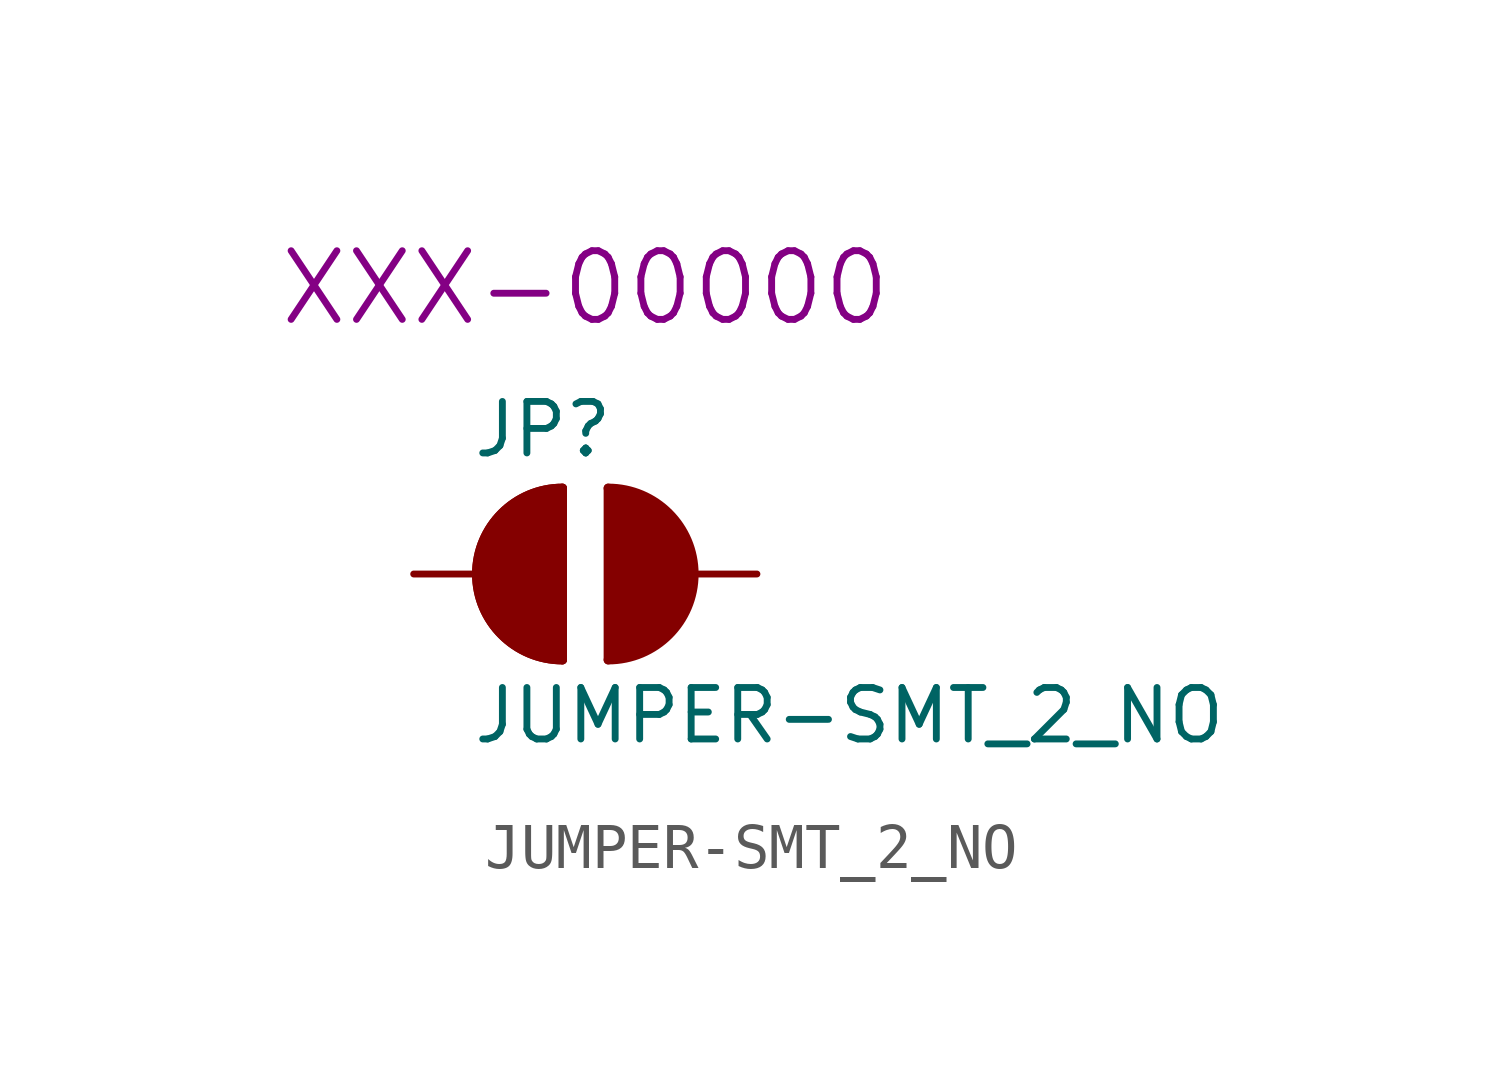
<source format=kicad_sym>
(kicad_symbol_lib
  (version 20201005)
  (generator kicad_symbol_editor)
  (symbol "JUMPER-SMT_2_NO"
    (pin_numbers hide)
    (pin_names
      (offset 1.016) hide)
    (property "Reference" "JP"
      (at -2.54 2.54 0)
      (effects (font (size 1.143 1.143)) (justify left bottom)))
    (property "Value" "JUMPER-SMT_2_NO"
      (at -2.54 -3.81 0)
      (effects (font (size 1.143 1.143)) (justify left bottom)))
    (property "PROD_ID" "XXX-00000"
      (at 0 6.35 0)
      (effects (font (size 1.524 1.524))))
    (property "ki_locked" ""
      (at 0 0 0)
      (effects (font (size 1.27 1.27))))
    (symbol "JUMPER-SMT_2_NO_0_1"
      (arc (start -0.508 1.905) (end -0.508 -1.905) (radius (at -0.508 0) (length 1.905) (angles 90.1 -90.1)) (stroke (width 0.2032)) (fill (type none)))
      (arc (start -0.508 1.905) (end -0.508 -1.905) (radius (at -0.508 0) (length 1.905) (angles 90.1 -90.1)) (stroke (width 0.2032)) (fill (type outline)))
      (arc (start 0.508 -1.905) (end 0.508 1.905) (radius (at 0.508 0) (length 1.905) (angles -89.9 89.9)) (stroke (width 0.2032)) (fill (type none)))
      (arc (start 0.508 -1.905) (end 0.508 1.905) (radius (at 0.508 0) (length 1.905) (angles -89.9 89.9)) (stroke (width 0)) (fill (type outline)))
      (polyline (pts (xy -0.508 1.905) (xy -0.508 -1.905)) (stroke (width 0.203)) (fill (type none)))
      (polyline (pts (xy 0.508 1.905) (xy 0.508 -1.905)) (stroke (width 0.203)) (fill (type none))))
    (symbol "JUMPER-SMT_2_NO_1_1"
      (pin passive line (at -3.81 0 0) (length 2.54) (name "1" (effects (font (size 1.016 1.016)))) (number "1" (effects (font (size 1.016 1.016)))))
      (pin passive line (at 3.81 0 180) (length 2.54) (name "2" (effects (font (size 1.016 1.016)))) (number "2" (effects (font (size 1.016 1.016))))))))
</source>
